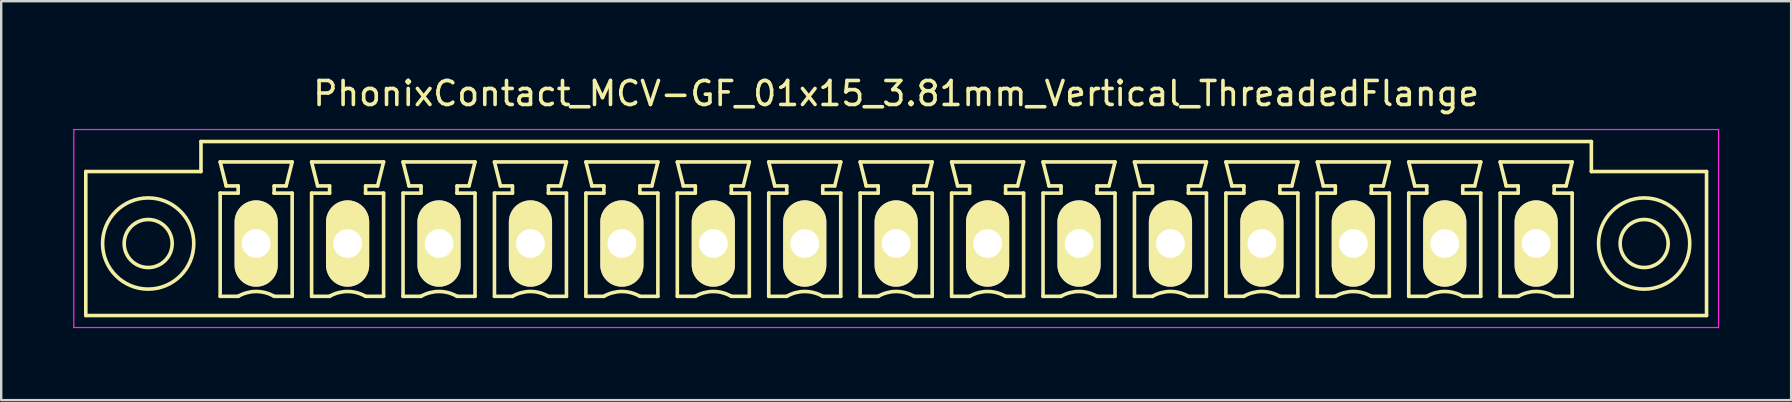
<source format=kicad_pcb>
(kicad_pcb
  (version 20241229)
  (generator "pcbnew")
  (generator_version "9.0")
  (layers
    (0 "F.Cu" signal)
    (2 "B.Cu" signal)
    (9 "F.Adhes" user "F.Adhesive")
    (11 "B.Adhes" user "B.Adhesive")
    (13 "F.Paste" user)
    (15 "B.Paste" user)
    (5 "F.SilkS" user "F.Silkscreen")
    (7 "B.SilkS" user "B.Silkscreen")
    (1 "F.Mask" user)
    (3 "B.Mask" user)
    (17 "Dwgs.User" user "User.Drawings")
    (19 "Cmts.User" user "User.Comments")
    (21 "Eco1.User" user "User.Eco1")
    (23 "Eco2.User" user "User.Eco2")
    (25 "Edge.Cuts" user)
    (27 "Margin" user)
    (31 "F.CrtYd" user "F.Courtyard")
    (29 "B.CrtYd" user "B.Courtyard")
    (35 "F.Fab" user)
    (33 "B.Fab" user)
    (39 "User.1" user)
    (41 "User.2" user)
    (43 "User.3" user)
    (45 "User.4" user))
  (footprint "PhonixContact_MCV-GF_01x15_3.81mm_Vertical_ThreadedFlange"
    (layer "F.Cu")
    (at 7.625 7.098)
    (property "Reference" "PhonixContact_MCV-GF_01x15_3.81mm_Vertical_ThreadedFlange" (at 26.67 -6.25 0) (layer "F.SilkS") (effects (font (size 1 1) (thickness 0.15))))
    (attr through_hole)
    (fp_line (start -7.1 -3) (end -7.1 3) (stroke (width 0.15) (type solid)) (layer "F.SilkS"))
    (fp_line (start -7.1 3) (end 60.44 3) (stroke (width 0.15) (type solid)) (layer "F.SilkS"))
    (fp_line (start -2.3 -4.25) (end -2.3 -3) (stroke (width 0.15) (type solid)) (layer "F.SilkS"))
    (fp_line (start -2.3 -3) (end -7.1 -3) (stroke (width 0.15) (type solid)) (layer "F.SilkS"))
    (fp_line (start -1.5 -3.4) (end 1.5 -3.4) (stroke (width 0.15) (type solid)) (layer "F.SilkS"))
    (fp_line (start -1.5 -2.1) (end -0.75 -2.1) (stroke (width 0.15) (type solid)) (layer "F.SilkS"))
    (fp_line (start -1.5 2.2) (end -1.5 -2.1) (stroke (width 0.15) (type solid)) (layer "F.SilkS"))
    (fp_line (start -1.25 -2.4) (end -1.5 -3.4) (stroke (width 0.15) (type solid)) (layer "F.SilkS"))
    (fp_line (start -0.75 -2.4) (end -1.25 -2.4) (stroke (width 0.15) (type solid)) (layer "F.SilkS"))
    (fp_line (start -0.75 -2.1) (end -0.75 -2.4) (stroke (width 0.15) (type solid)) (layer "F.SilkS"))
    (fp_line (start -0.75 2.2) (end -1.5 2.2) (stroke (width 0.15) (type solid)) (layer "F.SilkS"))
    (fp_line (start 0.75 -2.4) (end 0.75 -2.1) (stroke (width 0.15) (type solid)) (layer "F.SilkS"))
    (fp_line (start 0.75 -2.1) (end 0.75 -2.1) (stroke (width 0.15) (type solid)) (layer "F.SilkS"))
    (fp_line (start 0.75 -2.1) (end 1.5 -2.1) (stroke (width 0.15) (type solid)) (layer "F.SilkS"))
    (fp_line (start 1.25 -2.4) (end 0.75 -2.4) (stroke (width 0.15) (type solid)) (layer "F.SilkS"))
    (fp_line (start 1.5 -3.4) (end 1.25 -2.4) (stroke (width 0.15) (type solid)) (layer "F.SilkS"))
    (fp_line (start 1.5 -2.1) (end 1.5 2.2) (stroke (width 0.15) (type solid)) (layer "F.SilkS"))
    (fp_line (start 1.5 2.2) (end 0.75 2.2) (stroke (width 0.15) (type solid)) (layer "F.SilkS"))
    (fp_line (start 2.31 -3.4) (end 5.31 -3.4) (stroke (width 0.15) (type solid)) (layer "F.SilkS"))
    (fp_line (start 2.31 -2.1) (end 3.06 -2.1) (stroke (width 0.15) (type solid)) (layer "F.SilkS"))
    (fp_line (start 2.31 2.2) (end 2.31 -2.1) (stroke (width 0.15) (type solid)) (layer "F.SilkS"))
    (fp_line (start 2.56 -2.4) (end 2.31 -3.4) (stroke (width 0.15) (type solid)) (layer "F.SilkS"))
    (fp_line (start 3.06 -2.4) (end 2.56 -2.4) (stroke (width 0.15) (type solid)) (layer "F.SilkS"))
    (fp_line (start 3.06 -2.1) (end 3.06 -2.4) (stroke (width 0.15) (type solid)) (layer "F.SilkS"))
    (fp_line (start 3.06 2.2) (end 2.31 2.2) (stroke (width 0.15) (type solid)) (layer "F.SilkS"))
    (fp_line (start 4.56 -2.4) (end 4.56 -2.1) (stroke (width 0.15) (type solid)) (layer "F.SilkS"))
    (fp_line (start 4.56 -2.1) (end 4.56 -2.1) (stroke (width 0.15) (type solid)) (layer "F.SilkS"))
    (fp_line (start 4.56 -2.1) (end 5.31 -2.1) (stroke (width 0.15) (type solid)) (layer "F.SilkS"))
    (fp_line (start 5.06 -2.4) (end 4.56 -2.4) (stroke (width 0.15) (type solid)) (layer "F.SilkS"))
    (fp_line (start 5.31 -3.4) (end 5.06 -2.4) (stroke (width 0.15) (type solid)) (layer "F.SilkS"))
    (fp_line (start 5.31 -2.1) (end 5.31 2.2) (stroke (width 0.15) (type solid)) (layer "F.SilkS"))
    (fp_line (start 5.31 2.2) (end 4.56 2.2) (stroke (width 0.15) (type solid)) (layer "F.SilkS"))
    (fp_line (start 6.12 -3.4) (end 9.12 -3.4) (stroke (width 0.15) (type solid)) (layer "F.SilkS"))
    (fp_line (start 6.12 -2.1) (end 6.87 -2.1) (stroke (width 0.15) (type solid)) (layer "F.SilkS"))
    (fp_line (start 6.12 2.2) (end 6.12 -2.1) (stroke (width 0.15) (type solid)) (layer "F.SilkS"))
    (fp_line (start 6.37 -2.4) (end 6.12 -3.4) (stroke (width 0.15) (type solid)) (layer "F.SilkS"))
    (fp_line (start 6.87 -2.4) (end 6.37 -2.4) (stroke (width 0.15) (type solid)) (layer "F.SilkS"))
    (fp_line (start 6.87 -2.1) (end 6.87 -2.4) (stroke (width 0.15) (type solid)) (layer "F.SilkS"))
    (fp_line (start 6.87 2.2) (end 6.12 2.2) (stroke (width 0.15) (type solid)) (layer "F.SilkS"))
    (fp_line (start 8.37 -2.4) (end 8.37 -2.1) (stroke (width 0.15) (type solid)) (layer "F.SilkS"))
    (fp_line (start 8.37 -2.1) (end 8.37 -2.1) (stroke (width 0.15) (type solid)) (layer "F.SilkS"))
    (fp_line (start 8.37 -2.1) (end 9.12 -2.1) (stroke (width 0.15) (type solid)) (layer "F.SilkS"))
    (fp_line (start 8.87 -2.4) (end 8.37 -2.4) (stroke (width 0.15) (type solid)) (layer "F.SilkS"))
    (fp_line (start 9.12 -3.4) (end 8.87 -2.4) (stroke (width 0.15) (type solid)) (layer "F.SilkS"))
    (fp_line (start 9.12 -2.1) (end 9.12 2.2) (stroke (width 0.15) (type solid)) (layer "F.SilkS"))
    (fp_line (start 9.12 2.2) (end 8.37 2.2) (stroke (width 0.15) (type solid)) (layer "F.SilkS"))
    (fp_line (start 9.93 -3.4) (end 12.93 -3.4) (stroke (width 0.15) (type solid)) (layer "F.SilkS"))
    (fp_line (start 9.93 -2.1) (end 10.68 -2.1) (stroke (width 0.15) (type solid)) (layer "F.SilkS"))
    (fp_line (start 9.93 2.2) (end 9.93 -2.1) (stroke (width 0.15) (type solid)) (layer "F.SilkS"))
    (fp_line (start 10.18 -2.4) (end 9.93 -3.4) (stroke (width 0.15) (type solid)) (layer "F.SilkS"))
    (fp_line (start 10.68 -2.4) (end 10.18 -2.4) (stroke (width 0.15) (type solid)) (layer "F.SilkS"))
    (fp_line (start 10.68 -2.1) (end 10.68 -2.4) (stroke (width 0.15) (type solid)) (layer "F.SilkS"))
    (fp_line (start 10.68 2.2) (end 9.93 2.2) (stroke (width 0.15) (type solid)) (layer "F.SilkS"))
    (fp_line (start 12.18 -2.4) (end 12.18 -2.1) (stroke (width 0.15) (type solid)) (layer "F.SilkS"))
    (fp_line (start 12.18 -2.1) (end 12.18 -2.1) (stroke (width 0.15) (type solid)) (layer "F.SilkS"))
    (fp_line (start 12.18 -2.1) (end 12.93 -2.1) (stroke (width 0.15) (type solid)) (layer "F.SilkS"))
    (fp_line (start 12.68 -2.4) (end 12.18 -2.4) (stroke (width 0.15) (type solid)) (layer "F.SilkS"))
    (fp_line (start 12.93 -3.4) (end 12.68 -2.4) (stroke (width 0.15) (type solid)) (layer "F.SilkS"))
    (fp_line (start 12.93 -2.1) (end 12.93 2.2) (stroke (width 0.15) (type solid)) (layer "F.SilkS"))
    (fp_line (start 12.93 2.2) (end 12.18 2.2) (stroke (width 0.15) (type solid)) (layer "F.SilkS"))
    (fp_line (start 13.74 -3.4) (end 16.74 -3.4) (stroke (width 0.15) (type solid)) (layer "F.SilkS"))
    (fp_line (start 13.74 -2.1) (end 14.49 -2.1) (stroke (width 0.15) (type solid)) (layer "F.SilkS"))
    (fp_line (start 13.74 2.2) (end 13.74 -2.1) (stroke (width 0.15) (type solid)) (layer "F.SilkS"))
    (fp_line (start 13.99 -2.4) (end 13.74 -3.4) (stroke (width 0.15) (type solid)) (layer "F.SilkS"))
    (fp_line (start 14.49 -2.4) (end 13.99 -2.4) (stroke (width 0.15) (type solid)) (layer "F.SilkS"))
    (fp_line (start 14.49 -2.1) (end 14.49 -2.4) (stroke (width 0.15) (type solid)) (layer "F.SilkS"))
    (fp_line (start 14.49 2.2) (end 13.74 2.2) (stroke (width 0.15) (type solid)) (layer "F.SilkS"))
    (fp_line (start 15.99 -2.4) (end 15.99 -2.1) (stroke (width 0.15) (type solid)) (layer "F.SilkS"))
    (fp_line (start 15.99 -2.1) (end 15.99 -2.1) (stroke (width 0.15) (type solid)) (layer "F.SilkS"))
    (fp_line (start 15.99 -2.1) (end 16.74 -2.1) (stroke (width 0.15) (type solid)) (layer "F.SilkS"))
    (fp_line (start 16.49 -2.4) (end 15.99 -2.4) (stroke (width 0.15) (type solid)) (layer "F.SilkS"))
    (fp_line (start 16.74 -3.4) (end 16.49 -2.4) (stroke (width 0.15) (type solid)) (layer "F.SilkS"))
    (fp_line (start 16.74 -2.1) (end 16.74 2.2) (stroke (width 0.15) (type solid)) (layer "F.SilkS"))
    (fp_line (start 16.74 2.2) (end 15.99 2.2) (stroke (width 0.15) (type solid)) (layer "F.SilkS"))
    (fp_line (start 17.55 -3.4) (end 20.55 -3.4) (stroke (width 0.15) (type solid)) (layer "F.SilkS"))
    (fp_line (start 17.55 -2.1) (end 18.3 -2.1) (stroke (width 0.15) (type solid)) (layer "F.SilkS"))
    (fp_line (start 17.55 2.2) (end 17.55 -2.1) (stroke (width 0.15) (type solid)) (layer "F.SilkS"))
    (fp_line (start 17.8 -2.4) (end 17.55 -3.4) (stroke (width 0.15) (type solid)) (layer "F.SilkS"))
    (fp_line (start 18.3 -2.4) (end 17.8 -2.4) (stroke (width 0.15) (type solid)) (layer "F.SilkS"))
    (fp_line (start 18.3 -2.1) (end 18.3 -2.4) (stroke (width 0.15) (type solid)) (layer "F.SilkS"))
    (fp_line (start 18.3 2.2) (end 17.55 2.2) (stroke (width 0.15) (type solid)) (layer "F.SilkS"))
    (fp_line (start 19.8 -2.4) (end 19.8 -2.1) (stroke (width 0.15) (type solid)) (layer "F.SilkS"))
    (fp_line (start 19.8 -2.1) (end 19.8 -2.1) (stroke (width 0.15) (type solid)) (layer "F.SilkS"))
    (fp_line (start 19.8 -2.1) (end 20.55 -2.1) (stroke (width 0.15) (type solid)) (layer "F.SilkS"))
    (fp_line (start 20.3 -2.4) (end 19.8 -2.4) (stroke (width 0.15) (type solid)) (layer "F.SilkS"))
    (fp_line (start 20.55 -3.4) (end 20.3 -2.4) (stroke (width 0.15) (type solid)) (layer "F.SilkS"))
    (fp_line (start 20.55 -2.1) (end 20.55 2.2) (stroke (width 0.15) (type solid)) (layer "F.SilkS"))
    (fp_line (start 20.55 2.2) (end 19.8 2.2) (stroke (width 0.15) (type solid)) (layer "F.SilkS"))
    (fp_line (start 21.36 -3.4) (end 24.36 -3.4) (stroke (width 0.15) (type solid)) (layer "F.SilkS"))
    (fp_line (start 21.36 -2.1) (end 22.11 -2.1) (stroke (width 0.15) (type solid)) (layer "F.SilkS"))
    (fp_line (start 21.36 2.2) (end 21.36 -2.1) (stroke (width 0.15) (type solid)) (layer "F.SilkS"))
    (fp_line (start 21.61 -2.4) (end 21.36 -3.4) (stroke (width 0.15) (type solid)) (layer "F.SilkS"))
    (fp_line (start 22.11 -2.4) (end 21.61 -2.4) (stroke (width 0.15) (type solid)) (layer "F.SilkS"))
    (fp_line (start 22.11 -2.1) (end 22.11 -2.4) (stroke (width 0.15) (type solid)) (layer "F.SilkS"))
    (fp_line (start 22.11 2.2) (end 21.36 2.2) (stroke (width 0.15) (type solid)) (layer "F.SilkS"))
    (fp_line (start 23.61 -2.4) (end 23.61 -2.1) (stroke (width 0.15) (type solid)) (layer "F.SilkS"))
    (fp_line (start 23.61 -2.1) (end 23.61 -2.1) (stroke (width 0.15) (type solid)) (layer "F.SilkS"))
    (fp_line (start 23.61 -2.1) (end 24.36 -2.1) (stroke (width 0.15) (type solid)) (layer "F.SilkS"))
    (fp_line (start 24.11 -2.4) (end 23.61 -2.4) (stroke (width 0.15) (type solid)) (layer "F.SilkS"))
    (fp_line (start 24.36 -3.4) (end 24.11 -2.4) (stroke (width 0.15) (type solid)) (layer "F.SilkS"))
    (fp_line (start 24.36 -2.1) (end 24.36 2.2) (stroke (width 0.15) (type solid)) (layer "F.SilkS"))
    (fp_line (start 24.36 2.2) (end 23.61 2.2) (stroke (width 0.15) (type solid)) (layer "F.SilkS"))
    (fp_line (start 25.17 -3.4) (end 28.17 -3.4) (stroke (width 0.15) (type solid)) (layer "F.SilkS"))
    (fp_line (start 25.17 -2.1) (end 25.92 -2.1) (stroke (width 0.15) (type solid)) (layer "F.SilkS"))
    (fp_line (start 25.17 2.2) (end 25.17 -2.1) (stroke (width 0.15) (type solid)) (layer "F.SilkS"))
    (fp_line (start 25.42 -2.4) (end 25.17 -3.4) (stroke (width 0.15) (type solid)) (layer "F.SilkS"))
    (fp_line (start 25.92 -2.4) (end 25.42 -2.4) (stroke (width 0.15) (type solid)) (layer "F.SilkS"))
    (fp_line (start 25.92 -2.1) (end 25.92 -2.4) (stroke (width 0.15) (type solid)) (layer "F.SilkS"))
    (fp_line (start 25.92 2.2) (end 25.17 2.2) (stroke (width 0.15) (type solid)) (layer "F.SilkS"))
    (fp_line (start 27.42 -2.4) (end 27.42 -2.1) (stroke (width 0.15) (type solid)) (layer "F.SilkS"))
    (fp_line (start 27.42 -2.1) (end 27.42 -2.1) (stroke (width 0.15) (type solid)) (layer "F.SilkS"))
    (fp_line (start 27.42 -2.1) (end 28.17 -2.1) (stroke (width 0.15) (type solid)) (layer "F.SilkS"))
    (fp_line (start 27.92 -2.4) (end 27.42 -2.4) (stroke (width 0.15) (type solid)) (layer "F.SilkS"))
    (fp_line (start 28.17 -3.4) (end 27.92 -2.4) (stroke (width 0.15) (type solid)) (layer "F.SilkS"))
    (fp_line (start 28.17 -2.1) (end 28.17 2.2) (stroke (width 0.15) (type solid)) (layer "F.SilkS"))
    (fp_line (start 28.17 2.2) (end 27.42 2.2) (stroke (width 0.15) (type solid)) (layer "F.SilkS"))
    (fp_line (start 28.98 -3.4) (end 31.98 -3.4) (stroke (width 0.15) (type solid)) (layer "F.SilkS"))
    (fp_line (start 28.98 -2.1) (end 29.73 -2.1) (stroke (width 0.15) (type solid)) (layer "F.SilkS"))
    (fp_line (start 28.98 2.2) (end 28.98 -2.1) (stroke (width 0.15) (type solid)) (layer "F.SilkS"))
    (fp_line (start 29.23 -2.4) (end 28.98 -3.4) (stroke (width 0.15) (type solid)) (layer "F.SilkS"))
    (fp_line (start 29.73 -2.4) (end 29.23 -2.4) (stroke (width 0.15) (type solid)) (layer "F.SilkS"))
    (fp_line (start 29.73 -2.1) (end 29.73 -2.4) (stroke (width 0.15) (type solid)) (layer "F.SilkS"))
    (fp_line (start 29.73 2.2) (end 28.98 2.2) (stroke (width 0.15) (type solid)) (layer "F.SilkS"))
    (fp_line (start 31.23 -2.4) (end 31.23 -2.1) (stroke (width 0.15) (type solid)) (layer "F.SilkS"))
    (fp_line (start 31.23 -2.1) (end 31.23 -2.1) (stroke (width 0.15) (type solid)) (layer "F.SilkS"))
    (fp_line (start 31.23 -2.1) (end 31.98 -2.1) (stroke (width 0.15) (type solid)) (layer "F.SilkS"))
    (fp_line (start 31.73 -2.4) (end 31.23 -2.4) (stroke (width 0.15) (type solid)) (layer "F.SilkS"))
    (fp_line (start 31.98 -3.4) (end 31.73 -2.4) (stroke (width 0.15) (type solid)) (layer "F.SilkS"))
    (fp_line (start 31.98 -2.1) (end 31.98 2.2) (stroke (width 0.15) (type solid)) (layer "F.SilkS"))
    (fp_line (start 31.98 2.2) (end 31.23 2.2) (stroke (width 0.15) (type solid)) (layer "F.SilkS"))
    (fp_line (start 32.79 -3.4) (end 35.79 -3.4) (stroke (width 0.15) (type solid)) (layer "F.SilkS"))
    (fp_line (start 32.79 -2.1) (end 33.54 -2.1) (stroke (width 0.15) (type solid)) (layer "F.SilkS"))
    (fp_line (start 32.79 2.2) (end 32.79 -2.1) (stroke (width 0.15) (type solid)) (layer "F.SilkS"))
    (fp_line (start 33.04 -2.4) (end 32.79 -3.4) (stroke (width 0.15) (type solid)) (layer "F.SilkS"))
    (fp_line (start 33.54 -2.4) (end 33.04 -2.4) (stroke (width 0.15) (type solid)) (layer "F.SilkS"))
    (fp_line (start 33.54 -2.1) (end 33.54 -2.4) (stroke (width 0.15) (type solid)) (layer "F.SilkS"))
    (fp_line (start 33.54 2.2) (end 32.79 2.2) (stroke (width 0.15) (type solid)) (layer "F.SilkS"))
    (fp_line (start 35.04 -2.4) (end 35.04 -2.1) (stroke (width 0.15) (type solid)) (layer "F.SilkS"))
    (fp_line (start 35.04 -2.1) (end 35.04 -2.1) (stroke (width 0.15) (type solid)) (layer "F.SilkS"))
    (fp_line (start 35.04 -2.1) (end 35.79 -2.1) (stroke (width 0.15) (type solid)) (layer "F.SilkS"))
    (fp_line (start 35.54 -2.4) (end 35.04 -2.4) (stroke (width 0.15) (type solid)) (layer "F.SilkS"))
    (fp_line (start 35.79 -3.4) (end 35.54 -2.4) (stroke (width 0.15) (type solid)) (layer "F.SilkS"))
    (fp_line (start 35.79 -2.1) (end 35.79 2.2) (stroke (width 0.15) (type solid)) (layer "F.SilkS"))
    (fp_line (start 35.79 2.2) (end 35.04 2.2) (stroke (width 0.15) (type solid)) (layer "F.SilkS"))
    (fp_line (start 36.6 -3.4) (end 39.6 -3.4) (stroke (width 0.15) (type solid)) (layer "F.SilkS"))
    (fp_line (start 36.6 -2.1) (end 37.35 -2.1) (stroke (width 0.15) (type solid)) (layer "F.SilkS"))
    (fp_line (start 36.6 2.2) (end 36.6 -2.1) (stroke (width 0.15) (type solid)) (layer "F.SilkS"))
    (fp_line (start 36.85 -2.4) (end 36.6 -3.4) (stroke (width 0.15) (type solid)) (layer "F.SilkS"))
    (fp_line (start 37.35 -2.4) (end 36.85 -2.4) (stroke (width 0.15) (type solid)) (layer "F.SilkS"))
    (fp_line (start 37.35 -2.1) (end 37.35 -2.4) (stroke (width 0.15) (type solid)) (layer "F.SilkS"))
    (fp_line (start 37.35 2.2) (end 36.6 2.2) (stroke (width 0.15) (type solid)) (layer "F.SilkS"))
    (fp_line (start 38.85 -2.4) (end 38.85 -2.1) (stroke (width 0.15) (type solid)) (layer "F.SilkS"))
    (fp_line (start 38.85 -2.1) (end 38.85 -2.1) (stroke (width 0.15) (type solid)) (layer "F.SilkS"))
    (fp_line (start 38.85 -2.1) (end 39.6 -2.1) (stroke (width 0.15) (type solid)) (layer "F.SilkS"))
    (fp_line (start 39.35 -2.4) (end 38.85 -2.4) (stroke (width 0.15) (type solid)) (layer "F.SilkS"))
    (fp_line (start 39.6 -3.4) (end 39.35 -2.4) (stroke (width 0.15) (type solid)) (layer "F.SilkS"))
    (fp_line (start 39.6 -2.1) (end 39.6 2.2) (stroke (width 0.15) (type solid)) (layer "F.SilkS"))
    (fp_line (start 39.6 2.2) (end 38.85 2.2) (stroke (width 0.15) (type solid)) (layer "F.SilkS"))
    (fp_line (start 40.41 -3.4) (end 43.41 -3.4) (stroke (width 0.15) (type solid)) (layer "F.SilkS"))
    (fp_line (start 40.41 -2.1) (end 41.16 -2.1) (stroke (width 0.15) (type solid)) (layer "F.SilkS"))
    (fp_line (start 40.41 2.2) (end 40.41 -2.1) (stroke (width 0.15) (type solid)) (layer "F.SilkS"))
    (fp_line (start 40.66 -2.4) (end 40.41 -3.4) (stroke (width 0.15) (type solid)) (layer "F.SilkS"))
    (fp_line (start 41.16 -2.4) (end 40.66 -2.4) (stroke (width 0.15) (type solid)) (layer "F.SilkS"))
    (fp_line (start 41.16 -2.1) (end 41.16 -2.4) (stroke (width 0.15) (type solid)) (layer "F.SilkS"))
    (fp_line (start 41.16 2.2) (end 40.41 2.2) (stroke (width 0.15) (type solid)) (layer "F.SilkS"))
    (fp_line (start 42.66 -2.4) (end 42.66 -2.1) (stroke (width 0.15) (type solid)) (layer "F.SilkS"))
    (fp_line (start 42.66 -2.1) (end 42.66 -2.1) (stroke (width 0.15) (type solid)) (layer "F.SilkS"))
    (fp_line (start 42.66 -2.1) (end 43.41 -2.1) (stroke (width 0.15) (type solid)) (layer "F.SilkS"))
    (fp_line (start 43.16 -2.4) (end 42.66 -2.4) (stroke (width 0.15) (type solid)) (layer "F.SilkS"))
    (fp_line (start 43.41 -3.4) (end 43.16 -2.4) (stroke (width 0.15) (type solid)) (layer "F.SilkS"))
    (fp_line (start 43.41 -2.1) (end 43.41 2.2) (stroke (width 0.15) (type solid)) (layer "F.SilkS"))
    (fp_line (start 43.41 2.2) (end 42.66 2.2) (stroke (width 0.15) (type solid)) (layer "F.SilkS"))
    (fp_line (start 44.22 -3.4) (end 47.22 -3.4) (stroke (width 0.15) (type solid)) (layer "F.SilkS"))
    (fp_line (start 44.22 -2.1) (end 44.97 -2.1) (stroke (width 0.15) (type solid)) (layer "F.SilkS"))
    (fp_line (start 44.22 2.2) (end 44.22 -2.1) (stroke (width 0.15) (type solid)) (layer "F.SilkS"))
    (fp_line (start 44.47 -2.4) (end 44.22 -3.4) (stroke (width 0.15) (type solid)) (layer "F.SilkS"))
    (fp_line (start 44.97 -2.4) (end 44.47 -2.4) (stroke (width 0.15) (type solid)) (layer "F.SilkS"))
    (fp_line (start 44.97 -2.1) (end 44.97 -2.4) (stroke (width 0.15) (type solid)) (layer "F.SilkS"))
    (fp_line (start 44.97 2.2) (end 44.22 2.2) (stroke (width 0.15) (type solid)) (layer "F.SilkS"))
    (fp_line (start 46.47 -2.4) (end 46.47 -2.1) (stroke (width 0.15) (type solid)) (layer "F.SilkS"))
    (fp_line (start 46.47 -2.1) (end 46.47 -2.1) (stroke (width 0.15) (type solid)) (layer "F.SilkS"))
    (fp_line (start 46.47 -2.1) (end 47.22 -2.1) (stroke (width 0.15) (type solid)) (layer "F.SilkS"))
    (fp_line (start 46.97 -2.4) (end 46.47 -2.4) (stroke (width 0.15) (type solid)) (layer "F.SilkS"))
    (fp_line (start 47.22 -3.4) (end 46.97 -2.4) (stroke (width 0.15) (type solid)) (layer "F.SilkS"))
    (fp_line (start 47.22 -2.1) (end 47.22 2.2) (stroke (width 0.15) (type solid)) (layer "F.SilkS"))
    (fp_line (start 47.22 2.2) (end 46.47 2.2) (stroke (width 0.15) (type solid)) (layer "F.SilkS"))
    (fp_line (start 48.03 -3.4) (end 51.03 -3.4) (stroke (width 0.15) (type solid)) (layer "F.SilkS"))
    (fp_line (start 48.03 -2.1) (end 48.78 -2.1) (stroke (width 0.15) (type solid)) (layer "F.SilkS"))
    (fp_line (start 48.03 2.2) (end 48.03 -2.1) (stroke (width 0.15) (type solid)) (layer "F.SilkS"))
    (fp_line (start 48.28 -2.4) (end 48.03 -3.4) (stroke (width 0.15) (type solid)) (layer "F.SilkS"))
    (fp_line (start 48.78 -2.4) (end 48.28 -2.4) (stroke (width 0.15) (type solid)) (layer "F.SilkS"))
    (fp_line (start 48.78 -2.1) (end 48.78 -2.4) (stroke (width 0.15) (type solid)) (layer "F.SilkS"))
    (fp_line (start 48.78 2.2) (end 48.03 2.2) (stroke (width 0.15) (type solid)) (layer "F.SilkS"))
    (fp_line (start 50.28 -2.4) (end 50.28 -2.1) (stroke (width 0.15) (type solid)) (layer "F.SilkS"))
    (fp_line (start 50.28 -2.1) (end 50.28 -2.1) (stroke (width 0.15) (type solid)) (layer "F.SilkS"))
    (fp_line (start 50.28 -2.1) (end 51.03 -2.1) (stroke (width 0.15) (type solid)) (layer "F.SilkS"))
    (fp_line (start 50.78 -2.4) (end 50.28 -2.4) (stroke (width 0.15) (type solid)) (layer "F.SilkS"))
    (fp_line (start 51.03 -3.4) (end 50.78 -2.4) (stroke (width 0.15) (type solid)) (layer "F.SilkS"))
    (fp_line (start 51.03 -2.1) (end 51.03 2.2) (stroke (width 0.15) (type solid)) (layer "F.SilkS"))
    (fp_line (start 51.03 2.2) (end 50.28 2.2) (stroke (width 0.15) (type solid)) (layer "F.SilkS"))
    (fp_line (start 51.84 -3.4) (end 54.84 -3.4) (stroke (width 0.15) (type solid)) (layer "F.SilkS"))
    (fp_line (start 51.84 -2.1) (end 52.59 -2.1) (stroke (width 0.15) (type solid)) (layer "F.SilkS"))
    (fp_line (start 51.84 2.2) (end 51.84 -2.1) (stroke (width 0.15) (type solid)) (layer "F.SilkS"))
    (fp_line (start 52.09 -2.4) (end 51.84 -3.4) (stroke (width 0.15) (type solid)) (layer "F.SilkS"))
    (fp_line (start 52.59 -2.4) (end 52.09 -2.4) (stroke (width 0.15) (type solid)) (layer "F.SilkS"))
    (fp_line (start 52.59 -2.1) (end 52.59 -2.4) (stroke (width 0.15) (type solid)) (layer "F.SilkS"))
    (fp_line (start 52.59 2.2) (end 51.84 2.2) (stroke (width 0.15) (type solid)) (layer "F.SilkS"))
    (fp_line (start 54.09 -2.4) (end 54.09 -2.1) (stroke (width 0.15) (type solid)) (layer "F.SilkS"))
    (fp_line (start 54.09 -2.1) (end 54.09 -2.1) (stroke (width 0.15) (type solid)) (layer "F.SilkS"))
    (fp_line (start 54.09 -2.1) (end 54.84 -2.1) (stroke (width 0.15) (type solid)) (layer "F.SilkS"))
    (fp_line (start 54.59 -2.4) (end 54.09 -2.4) (stroke (width 0.15) (type solid)) (layer "F.SilkS"))
    (fp_line (start 54.84 -3.4) (end 54.59 -2.4) (stroke (width 0.15) (type solid)) (layer "F.SilkS"))
    (fp_line (start 54.84 -2.1) (end 54.84 2.2) (stroke (width 0.15) (type solid)) (layer "F.SilkS"))
    (fp_line (start 54.84 2.2) (end 54.09 2.2) (stroke (width 0.15) (type solid)) (layer "F.SilkS"))
    (fp_line (start 55.64 -4.25) (end -2.3 -4.25) (stroke (width 0.15) (type solid)) (layer "F.SilkS"))
    (fp_line (start 55.64 -3) (end 55.64 -4.25) (stroke (width 0.15) (type solid)) (layer "F.SilkS"))
    (fp_line (start 60.44 -3) (end 55.64 -3) (stroke (width 0.15) (type solid)) (layer "F.SilkS"))
    (fp_line (start 60.44 3) (end 60.44 -3) (stroke (width 0.15) (type solid)) (layer "F.SilkS"))
    (fp_arc (start -0.75 2.2) (mid -0.006068 1.999179) (end 0.739464 2.193978) (stroke (width 0.15) (type solid)) (layer "F.SilkS"))
    (fp_arc (start 3.06 2.2) (mid 3.803932 1.999179) (end 4.549464 2.193978) (stroke (width 0.15) (type solid)) (layer "F.SilkS"))
    (fp_arc (start 6.87 2.2) (mid 7.613932 1.999179) (end 8.359464 2.193978) (stroke (width 0.15) (type solid)) (layer "F.SilkS"))
    (fp_arc (start 10.68 2.2) (mid 11.423932 1.999179) (end 12.169464 2.193978) (stroke (width 0.15) (type solid)) (layer "F.SilkS"))
    (fp_arc (start 14.49 2.2) (mid 15.233932 1.999179) (end 15.979464 2.193978) (stroke (width 0.15) (type solid)) (layer "F.SilkS"))
    (fp_arc (start 18.3 2.2) (mid 19.043932 1.999179) (end 19.789464 2.193978) (stroke (width 0.15) (type solid)) (layer "F.SilkS"))
    (fp_arc (start 22.11 2.2) (mid 22.853932 1.999179) (end 23.599464 2.193978) (stroke (width 0.15) (type solid)) (layer "F.SilkS"))
    (fp_arc (start 25.92 2.2) (mid 26.663932 1.999179) (end 27.409464 2.193978) (stroke (width 0.15) (type solid)) (layer "F.SilkS"))
    (fp_arc (start 29.73 2.2) (mid 30.473932 1.999179) (end 31.219464 2.193978) (stroke (width 0.15) (type solid)) (layer "F.SilkS"))
    (fp_arc (start 33.54 2.2) (mid 34.283932 1.999179) (end 35.029464 2.193978) (stroke (width 0.15) (type solid)) (layer "F.SilkS"))
    (fp_arc (start 37.35 2.2) (mid 38.093932 1.999179) (end 38.839464 2.193978) (stroke (width 0.15) (type solid)) (layer "F.SilkS"))
    (fp_arc (start 41.16 2.2) (mid 41.903932 1.999179) (end 42.649464 2.193978) (stroke (width 0.15) (type solid)) (layer "F.SilkS"))
    (fp_arc (start 44.97 2.2) (mid 45.713932 1.999179) (end 46.459464 2.193978) (stroke (width 0.15) (type solid)) (layer "F.SilkS"))
    (fp_arc (start 48.78 2.2) (mid 49.523932 1.999179) (end 50.269464 2.193978) (stroke (width 0.15) (type solid)) (layer "F.SilkS"))
    (fp_arc (start 52.59 2.2) (mid 53.333932 1.999179) (end 54.079464 2.193978) (stroke (width 0.15) (type solid)) (layer "F.SilkS"))
    (fp_circle (center -4.5 0) (end -3.5 0) (stroke (width 0.15) (type solid)) (fill no) (layer "F.SilkS"))
    (fp_circle (center -4.5 0) (end -2.6 0) (stroke (width 0.15) (type solid)) (fill no) (layer "F.SilkS"))
    (fp_circle (center 57.84 0) (end 58.84 0) (stroke (width 0.15) (type solid)) (fill no) (layer "F.SilkS"))
    (fp_circle (center 57.84 0) (end 59.74 0) (stroke (width 0.15) (type solid)) (fill no) (layer "F.SilkS"))
    (fp_line (start -7.6 -4.75) (end -7.6 3.5) (stroke (width 0.05) (type solid)) (layer "F.CrtYd"))
    (fp_line (start -7.6 3.5) (end 60.94 3.5) (stroke (width 0.05) (type solid)) (layer "F.CrtYd"))
    (fp_line (start 60.94 -4.75) (end -7.6 -4.75) (stroke (width 0.05) (type solid)) (layer "F.CrtYd"))
    (fp_line (start 60.94 3.5) (end 60.94 -4.75) (stroke (width 0.05) (type solid)) (layer "F.CrtYd"))
    (pad "1" thru_hole oval (at 0 0) (size 1.8 3.6) (drill 1.2) (layers "*.Cu" "*.Mask" "F.SilkS"))
    (pad "2" thru_hole oval (at 3.81 0) (size 1.8 3.6) (drill 1.2) (layers "*.Cu" "*.Mask" "F.SilkS"))
    (pad "3" thru_hole oval (at 7.62 0) (size 1.8 3.6) (drill 1.2) (layers "*.Cu" "*.Mask" "F.SilkS"))
    (pad "4" thru_hole oval (at 11.43 0) (size 1.8 3.6) (drill 1.2) (layers "*.Cu" "*.Mask" "F.SilkS"))
    (pad "5" thru_hole oval (at 15.24 0) (size 1.8 3.6) (drill 1.2) (layers "*.Cu" "*.Mask" "F.SilkS"))
    (pad "6" thru_hole oval (at 19.05 0) (size 1.8 3.6) (drill 1.2) (layers "*.Cu" "*.Mask" "F.SilkS"))
    (pad "7" thru_hole oval (at 22.86 0) (size 1.8 3.6) (drill 1.2) (layers "*.Cu" "*.Mask" "F.SilkS"))
    (pad "8" thru_hole oval (at 26.67 0) (size 1.8 3.6) (drill 1.2) (layers "*.Cu" "*.Mask" "F.SilkS"))
    (pad "9" thru_hole oval (at 30.48 0) (size 1.8 3.6) (drill 1.2) (layers "*.Cu" "*.Mask" "F.SilkS"))
    (pad "10" thru_hole oval (at 34.29 0) (size 1.8 3.6) (drill 1.2) (layers "*.Cu" "*.Mask" "F.SilkS"))
    (pad "11" thru_hole oval (at 38.1 0) (size 1.8 3.6) (drill 1.2) (layers "*.Cu" "*.Mask" "F.SilkS"))
    (pad "12" thru_hole oval (at 41.91 0) (size 1.8 3.6) (drill 1.2) (layers "*.Cu" "*.Mask" "F.SilkS"))
    (pad "13" thru_hole oval (at 45.72 0) (size 1.8 3.6) (drill 1.2) (layers "*.Cu" "*.Mask" "F.SilkS"))
    (pad "14" thru_hole oval (at 49.53 0) (size 1.8 3.6) (drill 1.2) (layers "*.Cu" "*.Mask" "F.SilkS"))
    (pad "15" thru_hole oval (at 53.34 0) (size 1.8 3.6) (drill 1.2) (layers "*.Cu" "*.Mask" "F.SilkS")))
  (gr_rect
    (start -3 -3)
    (end 71.59 13.623)
    (stroke (width 0.1) (type default))
    (fill no)
    (layer "Edge.Cuts")))
</source>
